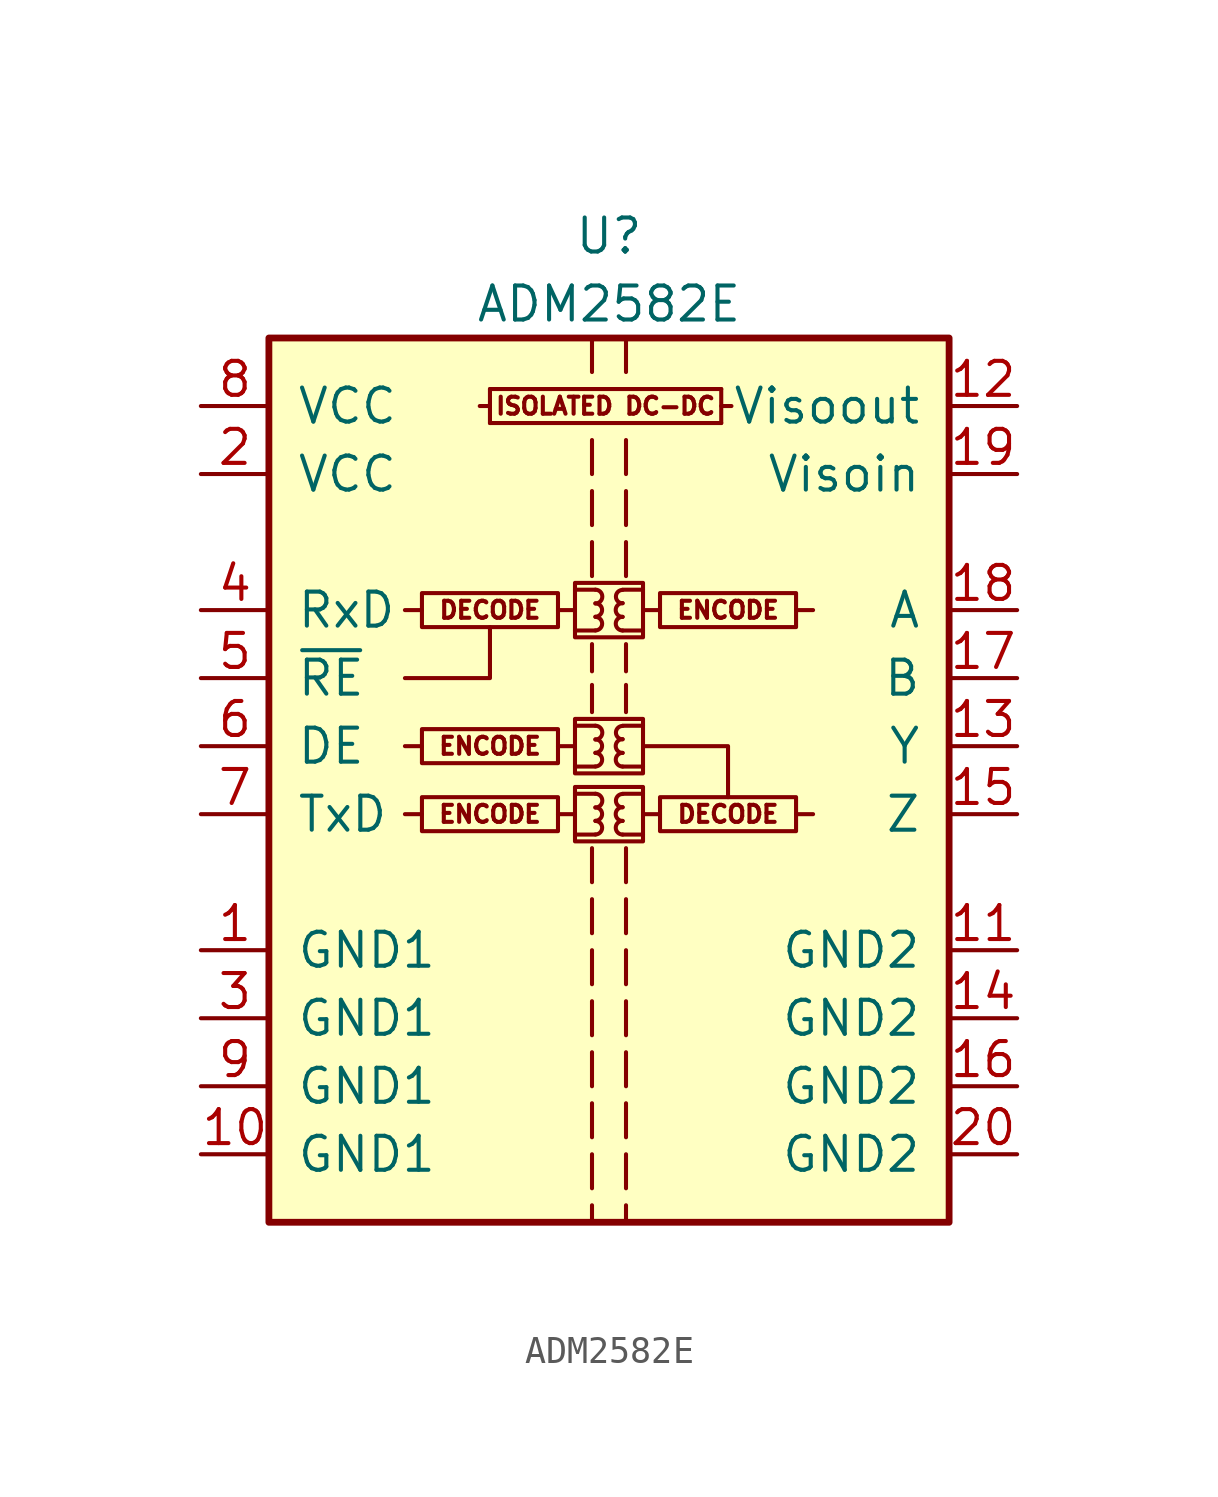
<source format=kicad_sym>
(kicad_symbol_lib
  (version 20241209)
  (generator "kicad_symbol_editor")
  (generator_version "9.0")
  (symbol "ADM2582E"
    (pin_names
      (offset 1.016))
    (property "Reference" "U"
      (at 0 21.59 0)
      (effects (font (size 1.27 1.27))))
    (property "Value" "ADM2582E"
      (at 0 19.05 0)
      (effects (font (size 1.27 1.27))))
    (symbol "ADM2582E_0_0"
      (polyline (pts (xy -6.985 7.62) (xy -7.62 7.62)) (stroke (width 0) (type default)) (fill (type none)))
      (polyline (pts (xy -6.985 2.54) (xy -7.62 2.54)) (stroke (width 0) (type default)) (fill (type none)))
      (polyline (pts (xy -6.985 0) (xy -7.62 0)) (stroke (width 0) (type default)) (fill (type none)))
      (polyline (pts (xy -4.445 15.875) (xy -4.445 14.605)) (stroke (width 0) (type default)) (fill (type none)))
      (polyline (pts (xy -4.445 15.24) (xy -4.826 15.24)) (stroke (width 0) (type default)) (fill (type none)))
      (polyline (pts (xy -4.445 14.605) (xy 4.191 14.605)) (stroke (width 0) (type default)) (fill (type none)))
      (polyline (pts (xy -1.905 7.62) (xy -1.27 7.62)) (stroke (width 0) (type default)) (fill (type none)))
      (polyline (pts (xy -1.905 2.54) (xy -1.27 2.54)) (stroke (width 0) (type default)) (fill (type none)))
      (rectangle (start -1.905 0.635) (end -6.985 -0.635) (stroke (width 0) (type default)) (fill (type none)))
      (polyline (pts (xy -1.905 0) (xy -1.27 0)) (stroke (width 0) (type default)) (fill (type none)))
      (rectangle (start -1.27 8.636) (end 1.27 6.604) (stroke (width 0) (type default)) (fill (type none)))
      (polyline (pts (xy -1.27 8.382) (xy -0.508 8.382)) (stroke (width 0) (type default)) (fill (type none)))
      (polyline (pts (xy -1.27 6.858) (xy -0.508 6.858)) (stroke (width 0) (type default)) (fill (type none)))
      (rectangle (start -1.27 3.556) (end 1.27 1.524) (stroke (width 0) (type default)) (fill (type none)))
      (polyline (pts (xy -1.27 3.302) (xy -0.508 3.302)) (stroke (width 0) (type default)) (fill (type none)))
      (polyline (pts (xy -1.27 1.778) (xy -0.508 1.778)) (stroke (width 0) (type default)) (fill (type none)))
      (rectangle (start -1.27 1.016) (end 1.27 -1.016) (stroke (width 0) (type default)) (fill (type none)))
      (polyline (pts (xy -1.27 0.762) (xy -0.508 0.762)) (stroke (width 0) (type default)) (fill (type none)))
      (polyline (pts (xy -1.27 -0.762) (xy -0.508 -0.762)) (stroke (width 0) (type default)) (fill (type none)))
      (polyline (pts (xy -0.635 17.78) (xy -0.635 16.51)) (stroke (width 0) (type default)) (fill (type none)))
      (polyline (pts (xy -0.635 12.7) (xy -0.635 13.97)) (stroke (width 0) (type default)) (fill (type none)))
      (polyline (pts (xy -0.635 10.795) (xy -0.635 12.065)) (stroke (width 0) (type default)) (fill (type none)))
      (polyline (pts (xy -0.635 8.89) (xy -0.635 10.16)) (stroke (width 0) (type default)) (fill (type none)))
      (polyline (pts (xy -0.635 6.35) (xy -0.635 5.334)) (stroke (width 0) (type default)) (fill (type none)))
      (polyline (pts (xy -0.635 4.826) (xy -0.635 3.81)) (stroke (width 0) (type default)) (fill (type none)))
      (polyline (pts (xy -0.635 -1.27) (xy -0.635 -2.54)) (stroke (width 0) (type default)) (fill (type none)))
      (polyline (pts (xy -0.635 -3.175) (xy -0.635 -4.445)) (stroke (width 0) (type default)) (fill (type none)))
      (polyline (pts (xy -0.635 -5.08) (xy -0.635 -6.35)) (stroke (width 0) (type default)) (fill (type none)))
      (polyline (pts (xy -0.635 -6.985) (xy -0.635 -8.255)) (stroke (width 0) (type default)) (fill (type none)))
      (polyline (pts (xy -0.635 -8.89) (xy -0.635 -10.16)) (stroke (width 0) (type default)) (fill (type none)))
      (polyline (pts (xy -0.635 -10.795) (xy -0.635 -12.065)) (stroke (width 0) (type default)) (fill (type none)))
      (polyline (pts (xy -0.635 -12.7) (xy -0.635 -13.97)) (stroke (width 0) (type default)) (fill (type none)))
      (polyline (pts (xy -0.635 -14.605) (xy -0.635 -15.24)) (stroke (width 0) (type default)) (fill (type none)))
      (arc (start -0.508 8.382) (mid -0.2551 8.128) (end -0.508 7.874) (stroke (width 0) (type default)) (fill (type none)))
      (arc (start -0.508 7.874) (mid -0.2551 7.62) (end -0.508 7.366) (stroke (width 0) (type default)) (fill (type none)))
      (arc (start -0.508 7.366) (mid -0.2551 7.112) (end -0.508 6.858) (stroke (width 0) (type default)) (fill (type none)))
      (arc (start -0.508 3.302) (mid -0.2551 3.048) (end -0.508 2.794) (stroke (width 0) (type default)) (fill (type none)))
      (arc (start -0.508 2.794) (mid -0.2551 2.54) (end -0.508 2.286) (stroke (width 0) (type default)) (fill (type none)))
      (arc (start -0.508 2.286) (mid -0.2551 2.032) (end -0.508 1.778) (stroke (width 0) (type default)) (fill (type none)))
      (arc (start -0.508 0.762) (mid -0.2551 0.508) (end -0.508 0.254) (stroke (width 0) (type default)) (fill (type none)))
      (arc (start -0.508 0.254) (mid -0.2551 0) (end -0.508 -0.254) (stroke (width 0) (type default)) (fill (type none)))
      (arc (start -0.508 -0.254) (mid -0.2551 -0.508) (end -0.508 -0.762) (stroke (width 0) (type default)) (fill (type none)))
      (arc (start 0.508 7.874) (mid 0.255 8.128) (end 0.508 8.382) (stroke (width 0) (type default)) (fill (type none)))
      (arc (start 0.508 7.366) (mid 0.255 7.62) (end 0.508 7.874) (stroke (width 0) (type default)) (fill (type none)))
      (arc (start 0.508 6.858) (mid 0.255 7.112) (end 0.508 7.366) (stroke (width 0) (type default)) (fill (type none)))
      (arc (start 0.508 2.794) (mid 0.255 3.048) (end 0.508 3.302) (stroke (width 0) (type default)) (fill (type none)))
      (arc (start 0.508 2.286) (mid 0.255 2.54) (end 0.508 2.794) (stroke (width 0) (type default)) (fill (type none)))
      (arc (start 0.508 1.778) (mid 0.255 2.032) (end 0.508 2.286) (stroke (width 0) (type default)) (fill (type none)))
      (arc (start 0.508 0.254) (mid 0.255 0.508) (end 0.508 0.762) (stroke (width 0) (type default)) (fill (type none)))
      (arc (start 0.508 -0.254) (mid 0.255 0) (end 0.508 0.254) (stroke (width 0) (type default)) (fill (type none)))
      (arc (start 0.508 -0.762) (mid 0.255 -0.508) (end 0.508 -0.254) (stroke (width 0) (type default)) (fill (type none)))
      (polyline (pts (xy 0.635 17.78) (xy 0.635 16.51)) (stroke (width 0) (type default)) (fill (type none)))
      (polyline (pts (xy 0.635 13.97) (xy 0.635 12.7)) (stroke (width 0) (type default)) (fill (type none)))
      (polyline (pts (xy 0.635 12.065) (xy 0.635 10.795)) (stroke (width 0) (type default)) (fill (type none)))
      (polyline (pts (xy 0.635 8.89) (xy 0.635 10.16)) (stroke (width 0) (type default)) (fill (type none)))
      (polyline (pts (xy 0.635 6.35) (xy 0.635 5.334)) (stroke (width 0) (type default)) (fill (type none)))
      (polyline (pts (xy 0.635 3.81) (xy 0.635 4.826)) (stroke (width 0) (type default)) (fill (type none)))
      (polyline (pts (xy 0.635 -1.27) (xy 0.635 -2.54)) (stroke (width 0) (type default)) (fill (type none)))
      (polyline (pts (xy 0.635 -3.175) (xy 0.635 -4.445)) (stroke (width 0) (type default)) (fill (type none)))
      (polyline (pts (xy 0.635 -5.08) (xy 0.635 -6.35)) (stroke (width 0) (type default)) (fill (type none)))
      (polyline (pts (xy 0.635 -6.985) (xy 0.635 -8.255)) (stroke (width 0) (type default)) (fill (type none)))
      (polyline (pts (xy 0.635 -8.89) (xy 0.635 -10.16)) (stroke (width 0) (type default)) (fill (type none)))
      (polyline (pts (xy 0.635 -10.795) (xy 0.635 -12.065)) (stroke (width 0) (type default)) (fill (type none)))
      (polyline (pts (xy 0.635 -12.7) (xy 0.635 -13.97)) (stroke (width 0) (type default)) (fill (type none)))
      (polyline (pts (xy 0.635 -14.605) (xy 0.635 -15.24)) (stroke (width 0) (type default)) (fill (type none)))
      (polyline (pts (xy 1.27 8.382) (xy 0.508 8.382)) (stroke (width 0) (type default)) (fill (type none)))
      (polyline (pts (xy 1.27 6.858) (xy 0.508 6.858)) (stroke (width 0) (type default)) (fill (type none)))
      (polyline (pts (xy 1.27 3.302) (xy 0.508 3.302)) (stroke (width 0) (type default)) (fill (type none)))
      (polyline (pts (xy 1.27 1.778) (xy 0.508 1.778)) (stroke (width 0) (type default)) (fill (type none)))
      (polyline (pts (xy 1.27 0.762) (xy 0.508 0.762)) (stroke (width 0) (type default)) (fill (type none)))
      (polyline (pts (xy 1.27 -0.762) (xy 0.508 -0.762)) (stroke (width 0) (type default)) (fill (type none)))
      (rectangle (start 1.905 8.255) (end 6.985 6.985) (stroke (width 0) (type default)) (fill (type none)))
      (polyline (pts (xy 1.905 7.62) (xy 1.27 7.62)) (stroke (width 0) (type default)) (fill (type none)))
      (rectangle (start 1.905 0.635) (end 6.985 -0.635) (stroke (width 0) (type default)) (fill (type none)))
      (polyline (pts (xy 1.905 0) (xy 1.27 0)) (stroke (width 0) (type default)) (fill (type none)))
      (polyline (pts (xy 4.191 15.875) (xy -4.445 15.875)) (stroke (width 0) (type default)) (fill (type none)))
      (polyline (pts (xy 4.191 15.875) (xy 4.191 14.605)) (stroke (width 0) (type default)) (fill (type none)))
      (polyline (pts (xy 4.191 15.24) (xy 4.572 15.24)) (stroke (width 0) (type default)) (fill (type none)))
      (polyline (pts (xy 6.985 7.62) (xy 7.62 7.62)) (stroke (width 0) (type default)) (fill (type none)))
      (polyline (pts (xy 6.985 0) (xy 7.62 0)) (stroke (width 0) (type default)) (fill (type none)))
      (text "DECODE" (at -4.445 7.62 0) (effects (font (size 0.635 0.635))))
      (text "ENCODE" (at -4.445 2.54 0) (effects (font (size 0.635 0.635))))
      (text "ENCODE" (at -4.445 0 0) (effects (font (size 0.635 0.635))))
      (text "ISOLATED DC-DC" (at -0.127 15.24 0) (effects (font (size 0.635 0.635))))
      (text "ENCODE" (at 4.445 7.62 0) (effects (font (size 0.635 0.635))))
      (text "DECODE" (at 4.445 0 0) (effects (font (size 0.635 0.635)))))
    (symbol "ADM2582E_0_1"
      (rectangle (start -12.7 17.78) (end 12.7 -15.24) (stroke (width 0.254) (type default)) (fill (type background)))
      (polyline (pts (xy -7.62 5.08) (xy -4.445 5.08) (xy -4.445 6.985)) (stroke (width 0) (type default)) (fill (type none)))
      (rectangle (start -1.905 8.255) (end -6.985 6.985) (stroke (width 0) (type default)) (fill (type none)))
      (rectangle (start -1.905 3.175) (end -6.985 1.905) (stroke (width 0) (type default)) (fill (type none)))
      (polyline (pts (xy 1.27 2.54) (xy 4.445 2.54) (xy 4.445 0.635)) (stroke (width 0) (type default)) (fill (type none))))
    (symbol "ADM2582E_1_1"
      (pin power_in line (at -15.24 15.24 0) (length 2.54) (name "VCC" (effects (font (size 1.27 1.27)))) (number "8" (effects (font (size 1.27 1.27)))))
      (pin power_in line (at -15.24 12.7 0) (length 2.54) (name "VCC" (effects (font (size 1.27 1.27)))) (number "2" (effects (font (size 1.27 1.27)))))
      (pin output line (at -15.24 7.62 0) (length 2.54) (name "RxD" (effects (font (size 1.27 1.27)))) (number "4" (effects (font (size 1.27 1.27)))))
      (pin input line (at -15.24 5.08 0) (length 2.54) (name "~{RE}" (effects (font (size 1.27 1.27)))) (number "5" (effects (font (size 1.27 1.27)))))
      (pin input line (at -15.24 2.54 0) (length 2.54) (name "DE" (effects (font (size 1.27 1.27)))) (number "6" (effects (font (size 1.27 1.27)))))
      (pin input line (at -15.24 0 0) (length 2.54) (name "TxD" (effects (font (size 1.27 1.27)))) (number "7" (effects (font (size 1.27 1.27)))))
      (pin power_in line (at -15.24 -5.08 0) (length 2.54) (name "GND1" (effects (font (size 1.27 1.27)))) (number "1" (effects (font (size 1.27 1.27)))))
      (pin power_in line (at -15.24 -7.62 0) (length 2.54) (name "GND1" (effects (font (size 1.27 1.27)))) (number "3" (effects (font (size 1.27 1.27)))))
      (pin power_in line (at -15.24 -10.16 0) (length 2.54) (name "GND1" (effects (font (size 1.27 1.27)))) (number "9" (effects (font (size 1.27 1.27)))))
      (pin power_in line (at -15.24 -12.7 0) (length 2.54) (name "GND1" (effects (font (size 1.27 1.27)))) (number "10" (effects (font (size 1.27 1.27)))))
      (pin power_out line (at 15.24 15.24 180) (length 2.54) (name "Visoout" (effects (font (size 1.27 1.27)))) (number "12" (effects (font (size 1.27 1.27)))))
      (pin power_in line (at 15.24 12.7 180) (length 2.54) (name "Visoin" (effects (font (size 1.27 1.27)))) (number "19" (effects (font (size 1.27 1.27)))))
      (pin input line (at 15.24 7.62 180) (length 2.54) (name "A" (effects (font (size 1.27 1.27)))) (number "18" (effects (font (size 1.27 1.27)))))
      (pin input line (at 15.24 5.08 180) (length 2.54) (name "B" (effects (font (size 1.27 1.27)))) (number "17" (effects (font (size 1.27 1.27)))))
      (pin output line (at 15.24 2.54 180) (length 2.54) (name "Y" (effects (font (size 1.27 1.27)))) (number "13" (effects (font (size 1.27 1.27)))))
      (pin output line (at 15.24 0 180) (length 2.54) (name "Z" (effects (font (size 1.27 1.27)))) (number "15" (effects (font (size 1.27 1.27)))))
      (pin power_in line (at 15.24 -5.08 180) (length 2.54) (name "GND2" (effects (font (size 1.27 1.27)))) (number "11" (effects (font (size 1.27 1.27)))))
      (pin power_in line (at 15.24 -7.62 180) (length 2.54) (name "GND2" (effects (font (size 1.27 1.27)))) (number "14" (effects (font (size 1.27 1.27)))))
      (pin power_in line (at 15.24 -10.16 180) (length 2.54) (name "GND2" (effects (font (size 1.27 1.27)))) (number "16" (effects (font (size 1.27 1.27)))))
      (pin power_in line (at 15.24 -12.7 180) (length 2.54) (name "GND2" (effects (font (size 1.27 1.27)))) (number "20" (effects (font (size 1.27 1.27))))))))
</source>
